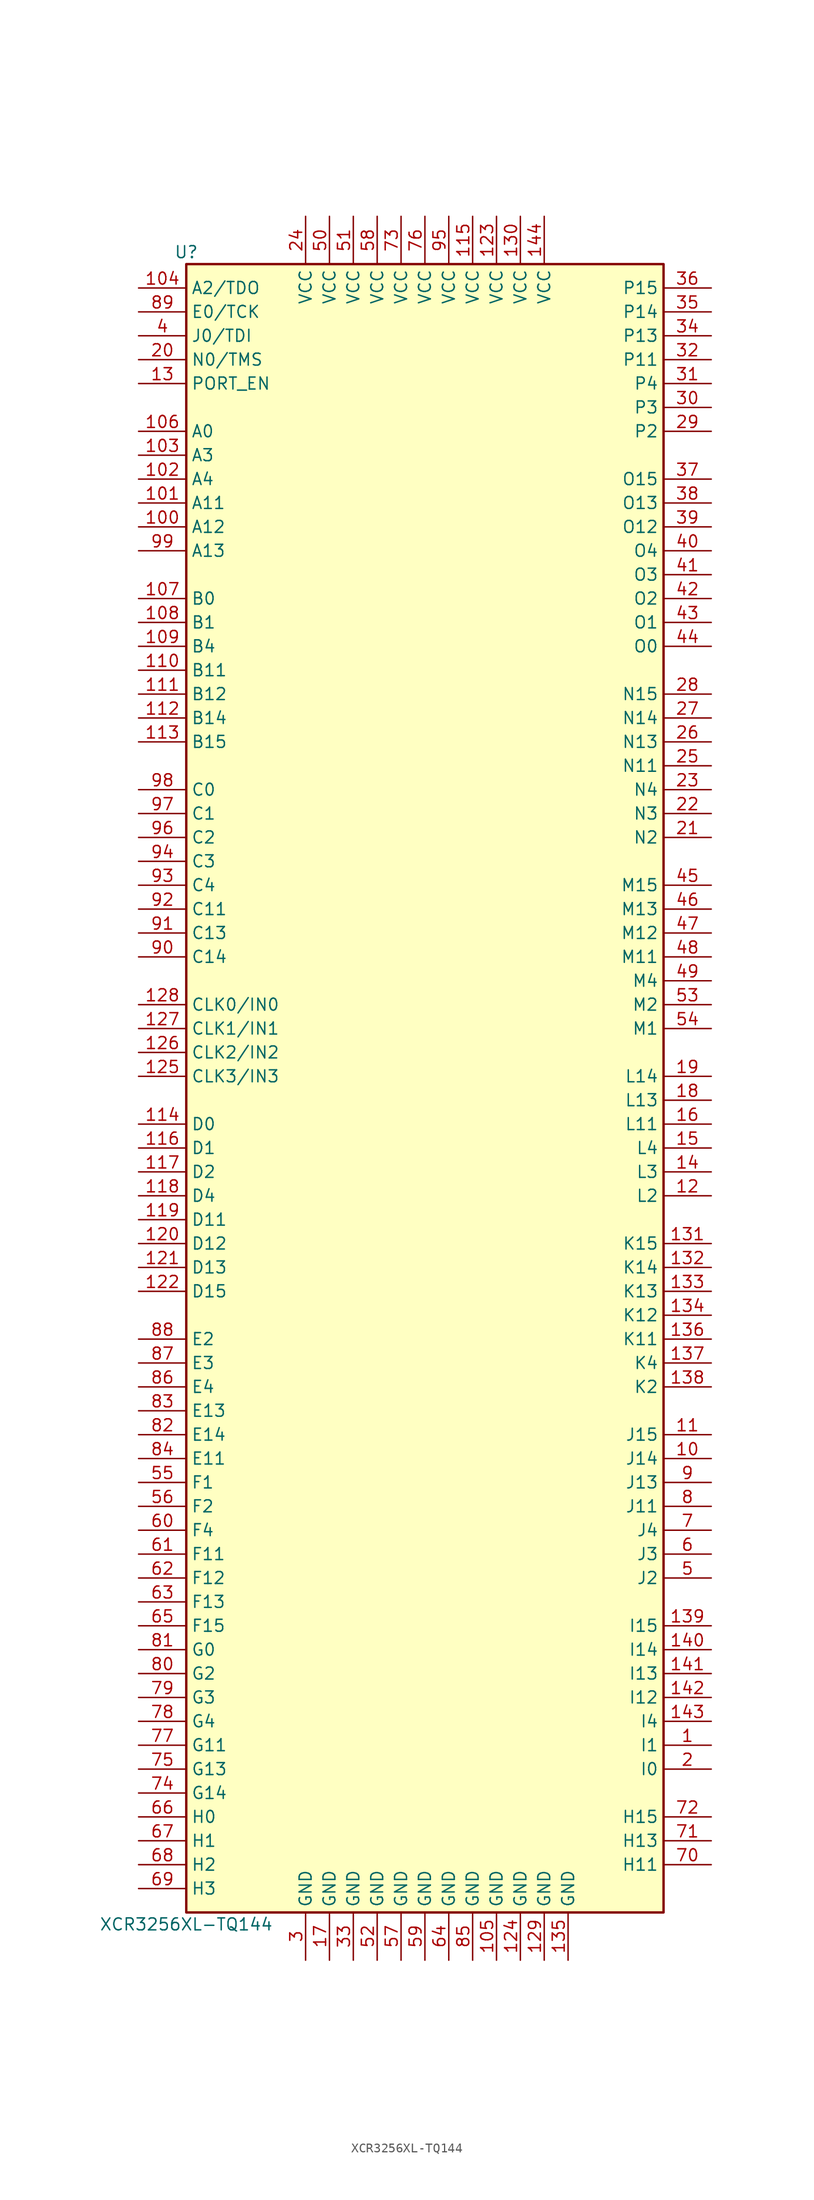
<source format=kicad_sym>
(kicad_symbol_lib
  (version 20211014)
  (generator kicad_symbol_editor)
  (symbol "XCR3256XL-TQ144"
    (property "Reference" "U"
      (at -25.4 87.63 0)
      (effects (font (size 1.27 1.27))))
    (property "Value" "XCR3256XL-TQ144"
      (at -25.4 -90.17 0)
      (effects (font (size 1.27 1.27))))
    (symbol "XCR3256XL-TQ144_1_1"
      (rectangle (start -25.4 86.36) (end 25.4 -88.9) (stroke (width 0.254) (type default) (color 0 0 0 0)) (fill (type background)))
      (pin passive line (at 30.48 -71.12 180) (length 5.08) (name "I1" (effects (font (size 1.27 1.27)))) (number "1" (effects (font (size 1.27 1.27)))))
      (pin passive line (at 30.48 -40.64 180) (length 5.08) (name "J14" (effects (font (size 1.27 1.27)))) (number "10" (effects (font (size 1.27 1.27)))))
      (pin passive line (at -30.48 58.42 0) (length 5.08) (name "A12" (effects (font (size 1.27 1.27)))) (number "100" (effects (font (size 1.27 1.27)))))
      (pin passive line (at -30.48 60.96 0) (length 5.08) (name "A11" (effects (font (size 1.27 1.27)))) (number "101" (effects (font (size 1.27 1.27)))))
      (pin passive line (at -30.48 63.5 0) (length 5.08) (name "A4" (effects (font (size 1.27 1.27)))) (number "102" (effects (font (size 1.27 1.27)))))
      (pin passive line (at -30.48 66.04 0) (length 5.08) (name "A3" (effects (font (size 1.27 1.27)))) (number "103" (effects (font (size 1.27 1.27)))))
      (pin passive line (at -30.48 83.82 0) (length 5.08) (name "A2/TDO" (effects (font (size 1.27 1.27)))) (number "104" (effects (font (size 1.27 1.27)))))
      (pin power_in line (at 7.62 -93.98 90) (length 5.08) (name "GND" (effects (font (size 1.27 1.27)))) (number "105" (effects (font (size 1.27 1.27)))))
      (pin passive line (at -30.48 68.58 0) (length 5.08) (name "A0" (effects (font (size 1.27 1.27)))) (number "106" (effects (font (size 1.27 1.27)))))
      (pin passive line (at -30.48 50.8 0) (length 5.08) (name "B0" (effects (font (size 1.27 1.27)))) (number "107" (effects (font (size 1.27 1.27)))))
      (pin passive line (at -30.48 48.26 0) (length 5.08) (name "B1" (effects (font (size 1.27 1.27)))) (number "108" (effects (font (size 1.27 1.27)))))
      (pin passive line (at -30.48 45.72 0) (length 5.08) (name "B4" (effects (font (size 1.27 1.27)))) (number "109" (effects (font (size 1.27 1.27)))))
      (pin passive line (at 30.48 -38.1 180) (length 5.08) (name "J15" (effects (font (size 1.27 1.27)))) (number "11" (effects (font (size 1.27 1.27)))))
      (pin passive line (at -30.48 43.18 0) (length 5.08) (name "B11" (effects (font (size 1.27 1.27)))) (number "110" (effects (font (size 1.27 1.27)))))
      (pin passive line (at -30.48 40.64 0) (length 5.08) (name "B12" (effects (font (size 1.27 1.27)))) (number "111" (effects (font (size 1.27 1.27)))))
      (pin passive line (at -30.48 38.1 0) (length 5.08) (name "B14" (effects (font (size 1.27 1.27)))) (number "112" (effects (font (size 1.27 1.27)))))
      (pin passive line (at -30.48 35.56 0) (length 5.08) (name "B15" (effects (font (size 1.27 1.27)))) (number "113" (effects (font (size 1.27 1.27)))))
      (pin passive line (at -30.48 -5.08 0) (length 5.08) (name "D0" (effects (font (size 1.27 1.27)))) (number "114" (effects (font (size 1.27 1.27)))))
      (pin power_in line (at 5.08 91.44 270) (length 5.08) (name "VCC" (effects (font (size 1.27 1.27)))) (number "115" (effects (font (size 1.27 1.27)))))
      (pin passive line (at -30.48 -7.62 0) (length 5.08) (name "D1" (effects (font (size 1.27 1.27)))) (number "116" (effects (font (size 1.27 1.27)))))
      (pin passive line (at -30.48 -10.16 0) (length 5.08) (name "D2" (effects (font (size 1.27 1.27)))) (number "117" (effects (font (size 1.27 1.27)))))
      (pin passive line (at -30.48 -12.7 0) (length 5.08) (name "D4" (effects (font (size 1.27 1.27)))) (number "118" (effects (font (size 1.27 1.27)))))
      (pin passive line (at -30.48 -15.24 0) (length 5.08) (name "D11" (effects (font (size 1.27 1.27)))) (number "119" (effects (font (size 1.27 1.27)))))
      (pin passive line (at 30.48 -12.7 180) (length 5.08) (name "L2" (effects (font (size 1.27 1.27)))) (number "12" (effects (font (size 1.27 1.27)))))
      (pin passive line (at -30.48 -17.78 0) (length 5.08) (name "D12" (effects (font (size 1.27 1.27)))) (number "120" (effects (font (size 1.27 1.27)))))
      (pin passive line (at -30.48 -20.32 0) (length 5.08) (name "D13" (effects (font (size 1.27 1.27)))) (number "121" (effects (font (size 1.27 1.27)))))
      (pin passive line (at -30.48 -22.86 0) (length 5.08) (name "D15" (effects (font (size 1.27 1.27)))) (number "122" (effects (font (size 1.27 1.27)))))
      (pin power_in line (at 7.62 91.44 270) (length 5.08) (name "VCC" (effects (font (size 1.27 1.27)))) (number "123" (effects (font (size 1.27 1.27)))))
      (pin power_in line (at 10.16 -93.98 90) (length 5.08) (name "GND" (effects (font (size 1.27 1.27)))) (number "124" (effects (font (size 1.27 1.27)))))
      (pin input line (at -30.48 0 0) (length 5.08) (name "CLK3/IN3" (effects (font (size 1.27 1.27)))) (number "125" (effects (font (size 1.27 1.27)))))
      (pin input line (at -30.48 2.54 0) (length 5.08) (name "CLK2/IN2" (effects (font (size 1.27 1.27)))) (number "126" (effects (font (size 1.27 1.27)))))
      (pin input line (at -30.48 5.08 0) (length 5.08) (name "CLK1/IN1" (effects (font (size 1.27 1.27)))) (number "127" (effects (font (size 1.27 1.27)))))
      (pin input line (at -30.48 7.62 0) (length 5.08) (name "CLK0/IN0" (effects (font (size 1.27 1.27)))) (number "128" (effects (font (size 1.27 1.27)))))
      (pin power_in line (at 12.7 -93.98 90) (length 5.08) (name "GND" (effects (font (size 1.27 1.27)))) (number "129" (effects (font (size 1.27 1.27)))))
      (pin passive line (at -30.48 73.66 0) (length 5.08) (name "PORT_EN" (effects (font (size 1.27 1.27)))) (number "13" (effects (font (size 1.27 1.27)))))
      (pin power_in line (at 10.16 91.44 270) (length 5.08) (name "VCC" (effects (font (size 1.27 1.27)))) (number "130" (effects (font (size 1.27 1.27)))))
      (pin passive line (at 30.48 -17.78 180) (length 5.08) (name "K15" (effects (font (size 1.27 1.27)))) (number "131" (effects (font (size 1.27 1.27)))))
      (pin passive line (at 30.48 -20.32 180) (length 5.08) (name "K14" (effects (font (size 1.27 1.27)))) (number "132" (effects (font (size 1.27 1.27)))))
      (pin passive line (at 30.48 -22.86 180) (length 5.08) (name "K13" (effects (font (size 1.27 1.27)))) (number "133" (effects (font (size 1.27 1.27)))))
      (pin passive line (at 30.48 -25.4 180) (length 5.08) (name "K12" (effects (font (size 1.27 1.27)))) (number "134" (effects (font (size 1.27 1.27)))))
      (pin power_in line (at 15.24 -93.98 90) (length 5.08) (name "GND" (effects (font (size 1.27 1.27)))) (number "135" (effects (font (size 1.27 1.27)))))
      (pin passive line (at 30.48 -27.94 180) (length 5.08) (name "K11" (effects (font (size 1.27 1.27)))) (number "136" (effects (font (size 1.27 1.27)))))
      (pin passive line (at 30.48 -30.48 180) (length 5.08) (name "K4" (effects (font (size 1.27 1.27)))) (number "137" (effects (font (size 1.27 1.27)))))
      (pin passive line (at 30.48 -33.02 180) (length 5.08) (name "K2" (effects (font (size 1.27 1.27)))) (number "138" (effects (font (size 1.27 1.27)))))
      (pin passive line (at 30.48 -58.42 180) (length 5.08) (name "I15" (effects (font (size 1.27 1.27)))) (number "139" (effects (font (size 1.27 1.27)))))
      (pin passive line (at 30.48 -10.16 180) (length 5.08) (name "L3" (effects (font (size 1.27 1.27)))) (number "14" (effects (font (size 1.27 1.27)))))
      (pin passive line (at 30.48 -60.96 180) (length 5.08) (name "I14" (effects (font (size 1.27 1.27)))) (number "140" (effects (font (size 1.27 1.27)))))
      (pin passive line (at 30.48 -63.5 180) (length 5.08) (name "I13" (effects (font (size 1.27 1.27)))) (number "141" (effects (font (size 1.27 1.27)))))
      (pin passive line (at 30.48 -66.04 180) (length 5.08) (name "I12" (effects (font (size 1.27 1.27)))) (number "142" (effects (font (size 1.27 1.27)))))
      (pin passive line (at 30.48 -68.58 180) (length 5.08) (name "I4" (effects (font (size 1.27 1.27)))) (number "143" (effects (font (size 1.27 1.27)))))
      (pin power_in line (at 12.7 91.44 270) (length 5.08) (name "VCC" (effects (font (size 1.27 1.27)))) (number "144" (effects (font (size 1.27 1.27)))))
      (pin passive line (at 30.48 -7.62 180) (length 5.08) (name "L4" (effects (font (size 1.27 1.27)))) (number "15" (effects (font (size 1.27 1.27)))))
      (pin passive line (at 30.48 -5.08 180) (length 5.08) (name "L11" (effects (font (size 1.27 1.27)))) (number "16" (effects (font (size 1.27 1.27)))))
      (pin power_in line (at -10.16 -93.98 90) (length 5.08) (name "GND" (effects (font (size 1.27 1.27)))) (number "17" (effects (font (size 1.27 1.27)))))
      (pin passive line (at 30.48 -2.54 180) (length 5.08) (name "L13" (effects (font (size 1.27 1.27)))) (number "18" (effects (font (size 1.27 1.27)))))
      (pin passive line (at 30.48 0 180) (length 5.08) (name "L14" (effects (font (size 1.27 1.27)))) (number "19" (effects (font (size 1.27 1.27)))))
      (pin passive line (at 30.48 -73.66 180) (length 5.08) (name "I0" (effects (font (size 1.27 1.27)))) (number "2" (effects (font (size 1.27 1.27)))))
      (pin passive line (at -30.48 76.2 0) (length 5.08) (name "N0/TMS" (effects (font (size 1.27 1.27)))) (number "20" (effects (font (size 1.27 1.27)))))
      (pin passive line (at 30.48 25.4 180) (length 5.08) (name "N2" (effects (font (size 1.27 1.27)))) (number "21" (effects (font (size 1.27 1.27)))))
      (pin passive line (at 30.48 27.94 180) (length 5.08) (name "N3" (effects (font (size 1.27 1.27)))) (number "22" (effects (font (size 1.27 1.27)))))
      (pin passive line (at 30.48 30.48 180) (length 5.08) (name "N4" (effects (font (size 1.27 1.27)))) (number "23" (effects (font (size 1.27 1.27)))))
      (pin power_in line (at -12.7 91.44 270) (length 5.08) (name "VCC" (effects (font (size 1.27 1.27)))) (number "24" (effects (font (size 1.27 1.27)))))
      (pin passive line (at 30.48 33.02 180) (length 5.08) (name "N11" (effects (font (size 1.27 1.27)))) (number "25" (effects (font (size 1.27 1.27)))))
      (pin passive line (at 30.48 35.56 180) (length 5.08) (name "N13" (effects (font (size 1.27 1.27)))) (number "26" (effects (font (size 1.27 1.27)))))
      (pin passive line (at 30.48 38.1 180) (length 5.08) (name "N14" (effects (font (size 1.27 1.27)))) (number "27" (effects (font (size 1.27 1.27)))))
      (pin passive line (at 30.48 40.64 180) (length 5.08) (name "N15" (effects (font (size 1.27 1.27)))) (number "28" (effects (font (size 1.27 1.27)))))
      (pin passive line (at 30.48 68.58 180) (length 5.08) (name "P2" (effects (font (size 1.27 1.27)))) (number "29" (effects (font (size 1.27 1.27)))))
      (pin power_in line (at -12.7 -93.98 90) (length 5.08) (name "GND" (effects (font (size 1.27 1.27)))) (number "3" (effects (font (size 1.27 1.27)))))
      (pin passive line (at 30.48 71.12 180) (length 5.08) (name "P3" (effects (font (size 1.27 1.27)))) (number "30" (effects (font (size 1.27 1.27)))))
      (pin passive line (at 30.48 73.66 180) (length 5.08) (name "P4" (effects (font (size 1.27 1.27)))) (number "31" (effects (font (size 1.27 1.27)))))
      (pin passive line (at 30.48 76.2 180) (length 5.08) (name "P11" (effects (font (size 1.27 1.27)))) (number "32" (effects (font (size 1.27 1.27)))))
      (pin power_in line (at -7.62 -93.98 90) (length 5.08) (name "GND" (effects (font (size 1.27 1.27)))) (number "33" (effects (font (size 1.27 1.27)))))
      (pin passive line (at 30.48 78.74 180) (length 5.08) (name "P13" (effects (font (size 1.27 1.27)))) (number "34" (effects (font (size 1.27 1.27)))))
      (pin passive line (at 30.48 81.28 180) (length 5.08) (name "P14" (effects (font (size 1.27 1.27)))) (number "35" (effects (font (size 1.27 1.27)))))
      (pin passive line (at 30.48 83.82 180) (length 5.08) (name "P15" (effects (font (size 1.27 1.27)))) (number "36" (effects (font (size 1.27 1.27)))))
      (pin passive line (at 30.48 63.5 180) (length 5.08) (name "O15" (effects (font (size 1.27 1.27)))) (number "37" (effects (font (size 1.27 1.27)))))
      (pin passive line (at 30.48 60.96 180) (length 5.08) (name "O13" (effects (font (size 1.27 1.27)))) (number "38" (effects (font (size 1.27 1.27)))))
      (pin passive line (at 30.48 58.42 180) (length 5.08) (name "O12" (effects (font (size 1.27 1.27)))) (number "39" (effects (font (size 1.27 1.27)))))
      (pin passive line (at -30.48 78.74 0) (length 5.08) (name "J0/TDI" (effects (font (size 1.27 1.27)))) (number "4" (effects (font (size 1.27 1.27)))))
      (pin passive line (at 30.48 55.88 180) (length 5.08) (name "O4" (effects (font (size 1.27 1.27)))) (number "40" (effects (font (size 1.27 1.27)))))
      (pin passive line (at 30.48 53.34 180) (length 5.08) (name "O3" (effects (font (size 1.27 1.27)))) (number "41" (effects (font (size 1.27 1.27)))))
      (pin passive line (at 30.48 50.8 180) (length 5.08) (name "O2" (effects (font (size 1.27 1.27)))) (number "42" (effects (font (size 1.27 1.27)))))
      (pin passive line (at 30.48 48.26 180) (length 5.08) (name "O1" (effects (font (size 1.27 1.27)))) (number "43" (effects (font (size 1.27 1.27)))))
      (pin passive line (at 30.48 45.72 180) (length 5.08) (name "O0" (effects (font (size 1.27 1.27)))) (number "44" (effects (font (size 1.27 1.27)))))
      (pin passive line (at 30.48 20.32 180) (length 5.08) (name "M15" (effects (font (size 1.27 1.27)))) (number "45" (effects (font (size 1.27 1.27)))))
      (pin passive line (at 30.48 17.78 180) (length 5.08) (name "M13" (effects (font (size 1.27 1.27)))) (number "46" (effects (font (size 1.27 1.27)))))
      (pin passive line (at 30.48 15.24 180) (length 5.08) (name "M12" (effects (font (size 1.27 1.27)))) (number "47" (effects (font (size 1.27 1.27)))))
      (pin passive line (at 30.48 12.7 180) (length 5.08) (name "M11" (effects (font (size 1.27 1.27)))) (number "48" (effects (font (size 1.27 1.27)))))
      (pin passive line (at 30.48 10.16 180) (length 5.08) (name "M4" (effects (font (size 1.27 1.27)))) (number "49" (effects (font (size 1.27 1.27)))))
      (pin passive line (at 30.48 -53.34 180) (length 5.08) (name "J2" (effects (font (size 1.27 1.27)))) (number "5" (effects (font (size 1.27 1.27)))))
      (pin power_in line (at -10.16 91.44 270) (length 5.08) (name "VCC" (effects (font (size 1.27 1.27)))) (number "50" (effects (font (size 1.27 1.27)))))
      (pin power_in line (at -7.62 91.44 270) (length 5.08) (name "VCC" (effects (font (size 1.27 1.27)))) (number "51" (effects (font (size 1.27 1.27)))))
      (pin power_in line (at -5.08 -93.98 90) (length 5.08) (name "GND" (effects (font (size 1.27 1.27)))) (number "52" (effects (font (size 1.27 1.27)))))
      (pin passive line (at 30.48 7.62 180) (length 5.08) (name "M2" (effects (font (size 1.27 1.27)))) (number "53" (effects (font (size 1.27 1.27)))))
      (pin passive line (at 30.48 5.08 180) (length 5.08) (name "M1" (effects (font (size 1.27 1.27)))) (number "54" (effects (font (size 1.27 1.27)))))
      (pin passive line (at -30.48 -43.18 0) (length 5.08) (name "F1" (effects (font (size 1.27 1.27)))) (number "55" (effects (font (size 1.27 1.27)))))
      (pin passive line (at -30.48 -45.72 0) (length 5.08) (name "F2" (effects (font (size 1.27 1.27)))) (number "56" (effects (font (size 1.27 1.27)))))
      (pin power_in line (at -2.54 -93.98 90) (length 5.08) (name "GND" (effects (font (size 1.27 1.27)))) (number "57" (effects (font (size 1.27 1.27)))))
      (pin power_in line (at -5.08 91.44 270) (length 5.08) (name "VCC" (effects (font (size 1.27 1.27)))) (number "58" (effects (font (size 1.27 1.27)))))
      (pin power_in line (at 0 -93.98 90) (length 5.08) (name "GND" (effects (font (size 1.27 1.27)))) (number "59" (effects (font (size 1.27 1.27)))))
      (pin passive line (at 30.48 -50.8 180) (length 5.08) (name "J3" (effects (font (size 1.27 1.27)))) (number "6" (effects (font (size 1.27 1.27)))))
      (pin passive line (at -30.48 -48.26 0) (length 5.08) (name "F4" (effects (font (size 1.27 1.27)))) (number "60" (effects (font (size 1.27 1.27)))))
      (pin passive line (at -30.48 -50.8 0) (length 5.08) (name "F11" (effects (font (size 1.27 1.27)))) (number "61" (effects (font (size 1.27 1.27)))))
      (pin passive line (at -30.48 -53.34 0) (length 5.08) (name "F12" (effects (font (size 1.27 1.27)))) (number "62" (effects (font (size 1.27 1.27)))))
      (pin passive line (at -30.48 -55.88 0) (length 5.08) (name "F13" (effects (font (size 1.27 1.27)))) (number "63" (effects (font (size 1.27 1.27)))))
      (pin power_in line (at 2.54 -93.98 90) (length 5.08) (name "GND" (effects (font (size 1.27 1.27)))) (number "64" (effects (font (size 1.27 1.27)))))
      (pin passive line (at -30.48 -58.42 0) (length 5.08) (name "F15" (effects (font (size 1.27 1.27)))) (number "65" (effects (font (size 1.27 1.27)))))
      (pin passive line (at -30.48 -78.74 0) (length 5.08) (name "H0" (effects (font (size 1.27 1.27)))) (number "66" (effects (font (size 1.27 1.27)))))
      (pin passive line (at -30.48 -81.28 0) (length 5.08) (name "H1" (effects (font (size 1.27 1.27)))) (number "67" (effects (font (size 1.27 1.27)))))
      (pin passive line (at -30.48 -83.82 0) (length 5.08) (name "H2" (effects (font (size 1.27 1.27)))) (number "68" (effects (font (size 1.27 1.27)))))
      (pin passive line (at -30.48 -86.36 0) (length 5.08) (name "H3" (effects (font (size 1.27 1.27)))) (number "69" (effects (font (size 1.27 1.27)))))
      (pin passive line (at 30.48 -48.26 180) (length 5.08) (name "J4" (effects (font (size 1.27 1.27)))) (number "7" (effects (font (size 1.27 1.27)))))
      (pin passive line (at 30.48 -83.82 180) (length 5.08) (name "H11" (effects (font (size 1.27 1.27)))) (number "70" (effects (font (size 1.27 1.27)))))
      (pin passive line (at 30.48 -81.28 180) (length 5.08) (name "H13" (effects (font (size 1.27 1.27)))) (number "71" (effects (font (size 1.27 1.27)))))
      (pin passive line (at 30.48 -78.74 180) (length 5.08) (name "H15" (effects (font (size 1.27 1.27)))) (number "72" (effects (font (size 1.27 1.27)))))
      (pin power_in line (at -2.54 91.44 270) (length 5.08) (name "VCC" (effects (font (size 1.27 1.27)))) (number "73" (effects (font (size 1.27 1.27)))))
      (pin passive line (at -30.48 -76.2 0) (length 5.08) (name "G14" (effects (font (size 1.27 1.27)))) (number "74" (effects (font (size 1.27 1.27)))))
      (pin passive line (at -30.48 -73.66 0) (length 5.08) (name "G13" (effects (font (size 1.27 1.27)))) (number "75" (effects (font (size 1.27 1.27)))))
      (pin power_in line (at 0 91.44 270) (length 5.08) (name "VCC" (effects (font (size 1.27 1.27)))) (number "76" (effects (font (size 1.27 1.27)))))
      (pin passive line (at -30.48 -71.12 0) (length 5.08) (name "G11" (effects (font (size 1.27 1.27)))) (number "77" (effects (font (size 1.27 1.27)))))
      (pin passive line (at -30.48 -68.58 0) (length 5.08) (name "G4" (effects (font (size 1.27 1.27)))) (number "78" (effects (font (size 1.27 1.27)))))
      (pin passive line (at -30.48 -66.04 0) (length 5.08) (name "G3" (effects (font (size 1.27 1.27)))) (number "79" (effects (font (size 1.27 1.27)))))
      (pin passive line (at 30.48 -45.72 180) (length 5.08) (name "J11" (effects (font (size 1.27 1.27)))) (number "8" (effects (font (size 1.27 1.27)))))
      (pin passive line (at -30.48 -63.5 0) (length 5.08) (name "G2" (effects (font (size 1.27 1.27)))) (number "80" (effects (font (size 1.27 1.27)))))
      (pin input line (at -30.48 -60.96 0) (length 5.08) (name "G0" (effects (font (size 1.27 1.27)))) (number "81" (effects (font (size 1.27 1.27)))))
      (pin passive line (at -30.48 -38.1 0) (length 5.08) (name "E14" (effects (font (size 1.27 1.27)))) (number "82" (effects (font (size 1.27 1.27)))))
      (pin passive line (at -30.48 -35.56 0) (length 5.08) (name "E13" (effects (font (size 1.27 1.27)))) (number "83" (effects (font (size 1.27 1.27)))))
      (pin passive line (at -30.48 -40.64 0) (length 5.08) (name "E11" (effects (font (size 1.27 1.27)))) (number "84" (effects (font (size 1.27 1.27)))))
      (pin power_in line (at 5.08 -93.98 90) (length 5.08) (name "GND" (effects (font (size 1.27 1.27)))) (number "85" (effects (font (size 1.27 1.27)))))
      (pin passive line (at -30.48 -33.02 0) (length 5.08) (name "E4" (effects (font (size 1.27 1.27)))) (number "86" (effects (font (size 1.27 1.27)))))
      (pin passive line (at -30.48 -30.48 0) (length 5.08) (name "E3" (effects (font (size 1.27 1.27)))) (number "87" (effects (font (size 1.27 1.27)))))
      (pin passive line (at -30.48 -27.94 0) (length 5.08) (name "E2" (effects (font (size 1.27 1.27)))) (number "88" (effects (font (size 1.27 1.27)))))
      (pin passive line (at -30.48 81.28 0) (length 5.08) (name "E0/TCK" (effects (font (size 1.27 1.27)))) (number "89" (effects (font (size 1.27 1.27)))))
      (pin passive line (at 30.48 -43.18 180) (length 5.08) (name "J13" (effects (font (size 1.27 1.27)))) (number "9" (effects (font (size 1.27 1.27)))))
      (pin passive line (at -30.48 12.7 0) (length 5.08) (name "C14" (effects (font (size 1.27 1.27)))) (number "90" (effects (font (size 1.27 1.27)))))
      (pin passive line (at -30.48 15.24 0) (length 5.08) (name "C13" (effects (font (size 1.27 1.27)))) (number "91" (effects (font (size 1.27 1.27)))))
      (pin passive line (at -30.48 17.78 0) (length 5.08) (name "C11" (effects (font (size 1.27 1.27)))) (number "92" (effects (font (size 1.27 1.27)))))
      (pin passive line (at -30.48 20.32 0) (length 5.08) (name "C4" (effects (font (size 1.27 1.27)))) (number "93" (effects (font (size 1.27 1.27)))))
      (pin passive line (at -30.48 22.86 0) (length 5.08) (name "C3" (effects (font (size 1.27 1.27)))) (number "94" (effects (font (size 1.27 1.27)))))
      (pin power_in line (at 2.54 91.44 270) (length 5.08) (name "VCC" (effects (font (size 1.27 1.27)))) (number "95" (effects (font (size 1.27 1.27)))))
      (pin passive line (at -30.48 25.4 0) (length 5.08) (name "C2" (effects (font (size 1.27 1.27)))) (number "96" (effects (font (size 1.27 1.27)))))
      (pin passive line (at -30.48 27.94 0) (length 5.08) (name "C1" (effects (font (size 1.27 1.27)))) (number "97" (effects (font (size 1.27 1.27)))))
      (pin passive line (at -30.48 30.48 0) (length 5.08) (name "C0" (effects (font (size 1.27 1.27)))) (number "98" (effects (font (size 1.27 1.27)))))
      (pin passive line (at -30.48 55.88 0) (length 5.08) (name "A13" (effects (font (size 1.27 1.27)))) (number "99" (effects (font (size 1.27 1.27))))))))
</source>
